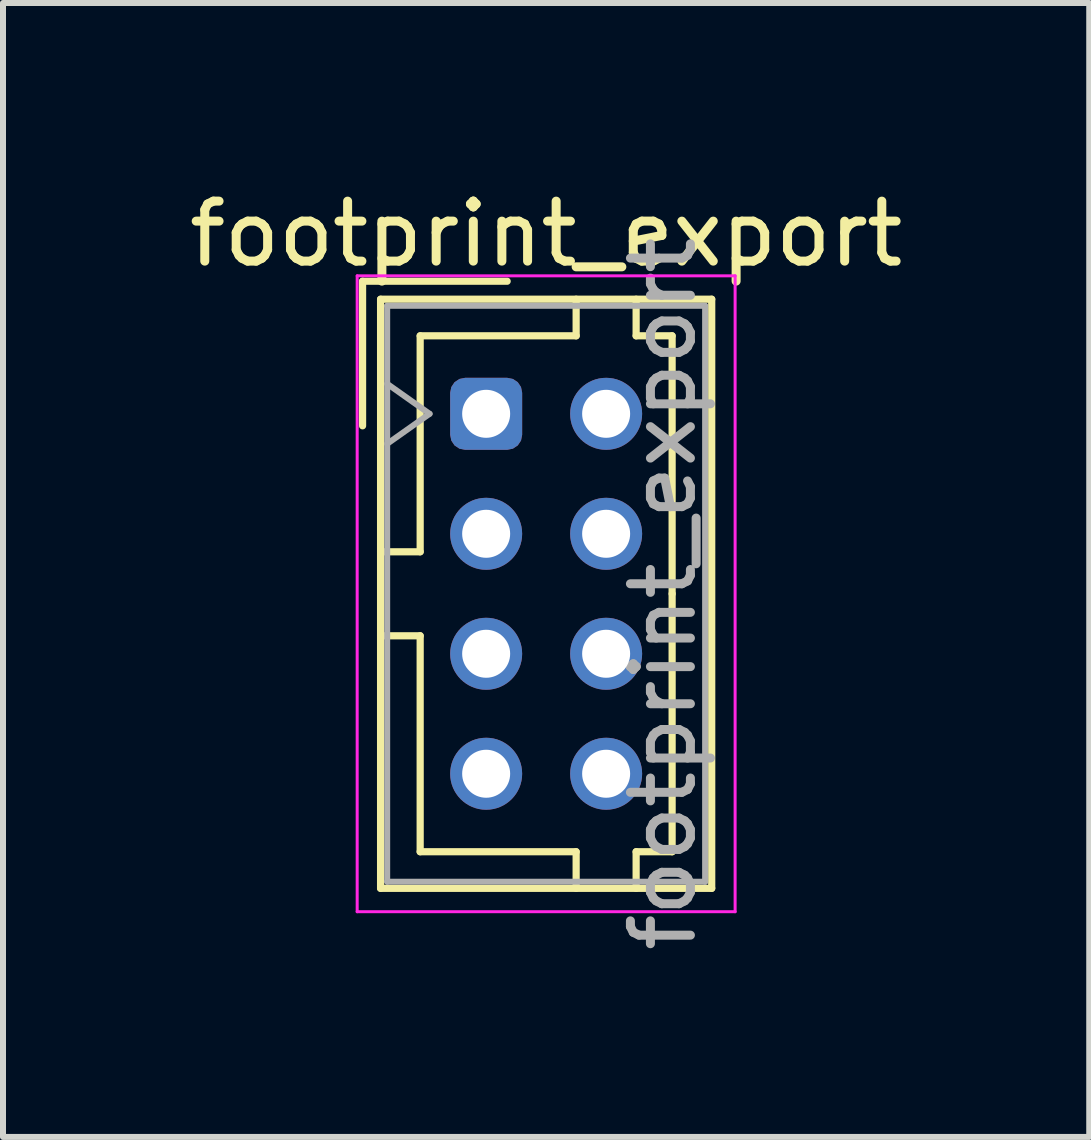
<source format=kicad_pcb>
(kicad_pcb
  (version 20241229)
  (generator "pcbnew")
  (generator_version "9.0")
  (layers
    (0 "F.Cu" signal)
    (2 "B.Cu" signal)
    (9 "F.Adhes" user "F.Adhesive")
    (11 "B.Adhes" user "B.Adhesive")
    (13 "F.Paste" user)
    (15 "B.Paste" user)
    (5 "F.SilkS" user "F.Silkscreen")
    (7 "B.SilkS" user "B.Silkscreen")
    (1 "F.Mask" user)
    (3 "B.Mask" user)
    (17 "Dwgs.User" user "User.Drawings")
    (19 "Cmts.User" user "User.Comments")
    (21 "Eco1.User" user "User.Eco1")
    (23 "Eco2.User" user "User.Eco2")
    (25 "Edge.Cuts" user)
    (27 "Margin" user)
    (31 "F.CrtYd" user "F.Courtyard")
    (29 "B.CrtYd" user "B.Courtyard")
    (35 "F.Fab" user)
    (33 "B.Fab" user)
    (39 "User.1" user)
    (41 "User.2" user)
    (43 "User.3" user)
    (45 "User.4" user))
  (footprint "footprint_export"
    (layer "F.Cu")
    (at 5.054 3.848)
    (property "Reference" "footprint_export" (at 1 -3 0) (layer "F.SilkS") (effects (font (size 1 1) (thickness 0.15))))
    (attr through_hole)
    (fp_line (start -2.06 -2.21) (end -2.06 0.2) (stroke (width 0.12) (type solid)) (layer "F.SilkS"))
    (fp_line (start -1.76 -1.91) (end -1.76 7.91) (stroke (width 0.12) (type solid)) (layer "F.SilkS"))
    (fp_line (start -1.76 7.91) (end 3.76 7.91) (stroke (width 0.12) (type solid)) (layer "F.SilkS"))
    (fp_line (start -1.1 -1.3) (end -1.1 2.3) (stroke (width 0.12) (type solid)) (layer "F.SilkS"))
    (fp_line (start -1.1 2.3) (end -1.76 2.3) (stroke (width 0.12) (type solid)) (layer "F.SilkS"))
    (fp_line (start -1.1 3.7) (end -1.76 3.7) (stroke (width 0.12) (type solid)) (layer "F.SilkS"))
    (fp_line (start -1.1 7.3) (end -1.1 3.7) (stroke (width 0.12) (type solid)) (layer "F.SilkS"))
    (fp_line (start 0.35 -2.21) (end -2.06 -2.21) (stroke (width 0.12) (type solid)) (layer "F.SilkS"))
    (fp_line (start 1.5 -1.91) (end 1.5 -1.3) (stroke (width 0.12) (type solid)) (layer "F.SilkS"))
    (fp_line (start 1.5 -1.3) (end -1.1 -1.3) (stroke (width 0.12) (type solid)) (layer "F.SilkS"))
    (fp_line (start 1.5 7.3) (end -1.1 7.3) (stroke (width 0.12) (type solid)) (layer "F.SilkS"))
    (fp_line (start 1.5 7.91) (end 1.5 7.3) (stroke (width 0.12) (type solid)) (layer "F.SilkS"))
    (fp_line (start 2.5 -1.91) (end 2.5 -1.3) (stroke (width 0.12) (type solid)) (layer "F.SilkS"))
    (fp_line (start 2.5 -1.3) (end 3.1 -1.3) (stroke (width 0.12) (type solid)) (layer "F.SilkS"))
    (fp_line (start 2.5 7.3) (end 3.1 7.3) (stroke (width 0.12) (type solid)) (layer "F.SilkS"))
    (fp_line (start 2.5 7.91) (end 2.5 7.3) (stroke (width 0.12) (type solid)) (layer "F.SilkS"))
    (fp_line (start 3.1 -1.3) (end 3.1 3) (stroke (width 0.12) (type solid)) (layer "F.SilkS"))
    (fp_line (start 3.1 7.3) (end 3.1 3) (stroke (width 0.12) (type solid)) (layer "F.SilkS"))
    (fp_line (start 3.76 -1.91) (end -1.76 -1.91) (stroke (width 0.12) (type solid)) (layer "F.SilkS"))
    (fp_line (start 3.76 7.91) (end 3.76 -1.91) (stroke (width 0.12) (type solid)) (layer "F.SilkS"))
    (fp_line (start -2.15 -2.3) (end -2.15 8.3) (stroke (width 0.05) (type solid)) (layer "F.CrtYd"))
    (fp_line (start -2.15 8.3) (end 4.15 8.3) (stroke (width 0.05) (type solid)) (layer "F.CrtYd"))
    (fp_line (start 4.15 -2.3) (end -2.15 -2.3) (stroke (width 0.05) (type solid)) (layer "F.CrtYd"))
    (fp_line (start 4.15 8.3) (end 4.15 -2.3) (stroke (width 0.05) (type solid)) (layer "F.CrtYd"))
    (fp_line (start -1.65 -1.8) (end -1.65 7.8) (stroke (width 0.1) (type solid)) (layer "F.Fab"))
    (fp_line (start -1.65 0.5) (end -0.943 0) (stroke (width 0.1) (type solid)) (layer "F.Fab"))
    (fp_line (start -1.65 7.8) (end 3.65 7.8) (stroke (width 0.1) (type solid)) (layer "F.Fab"))
    (fp_line (start -0.943 0) (end -1.65 -0.5) (stroke (width 0.1) (type solid)) (layer "F.Fab"))
    (fp_line (start 3.65 -1.8) (end -1.65 -1.8) (stroke (width 0.1) (type solid)) (layer "F.Fab"))
    (fp_line (start 3.65 7.8) (end 3.65 -1.8) (stroke (width 0.1) (type solid)) (layer "F.Fab"))
    (fp_text user "${REFERENCE}" (at 2.95 3 90) (layer "F.Fab") (effects (font (size 1 1) (thickness 0.15))))
    (pad "a1" thru_hole roundrect (at 0 0) (size 1.2 1.2) (drill 0.8) (layers "*.Cu" "*.Mask") (roundrect_rratio 0.208))
    (pad "a2" thru_hole circle (at 0 2) (size 1.2 1.2) (drill 0.8) (layers "*.Cu" "*.Mask"))
    (pad "a3" thru_hole circle (at 0 4) (size 1.2 1.2) (drill 0.8) (layers "*.Cu" "*.Mask"))
    (pad "a4" thru_hole circle (at 0 6) (size 1.2 1.2) (drill 0.8) (layers "*.Cu" "*.Mask"))
    (pad "b1" thru_hole circle (at 2 0) (size 1.2 1.2) (drill 0.8) (layers "*.Cu" "*.Mask"))
    (pad "b2" thru_hole circle (at 2 2) (size 1.2 1.2) (drill 0.8) (layers "*.Cu" "*.Mask"))
    (pad "b3" thru_hole circle (at 2 4) (size 1.2 1.2) (drill 0.8) (layers "*.Cu" "*.Mask"))
    (pad "b4" thru_hole circle (at 2 6) (size 1.2 1.2) (drill 0.8) (layers "*.Cu" "*.Mask")))
  (gr_rect
    (start -3 -3)
    (end 15.107 15.902)
    (stroke (width 0.1) (type default))
    (fill no)
    (layer "Edge.Cuts")))
</source>
